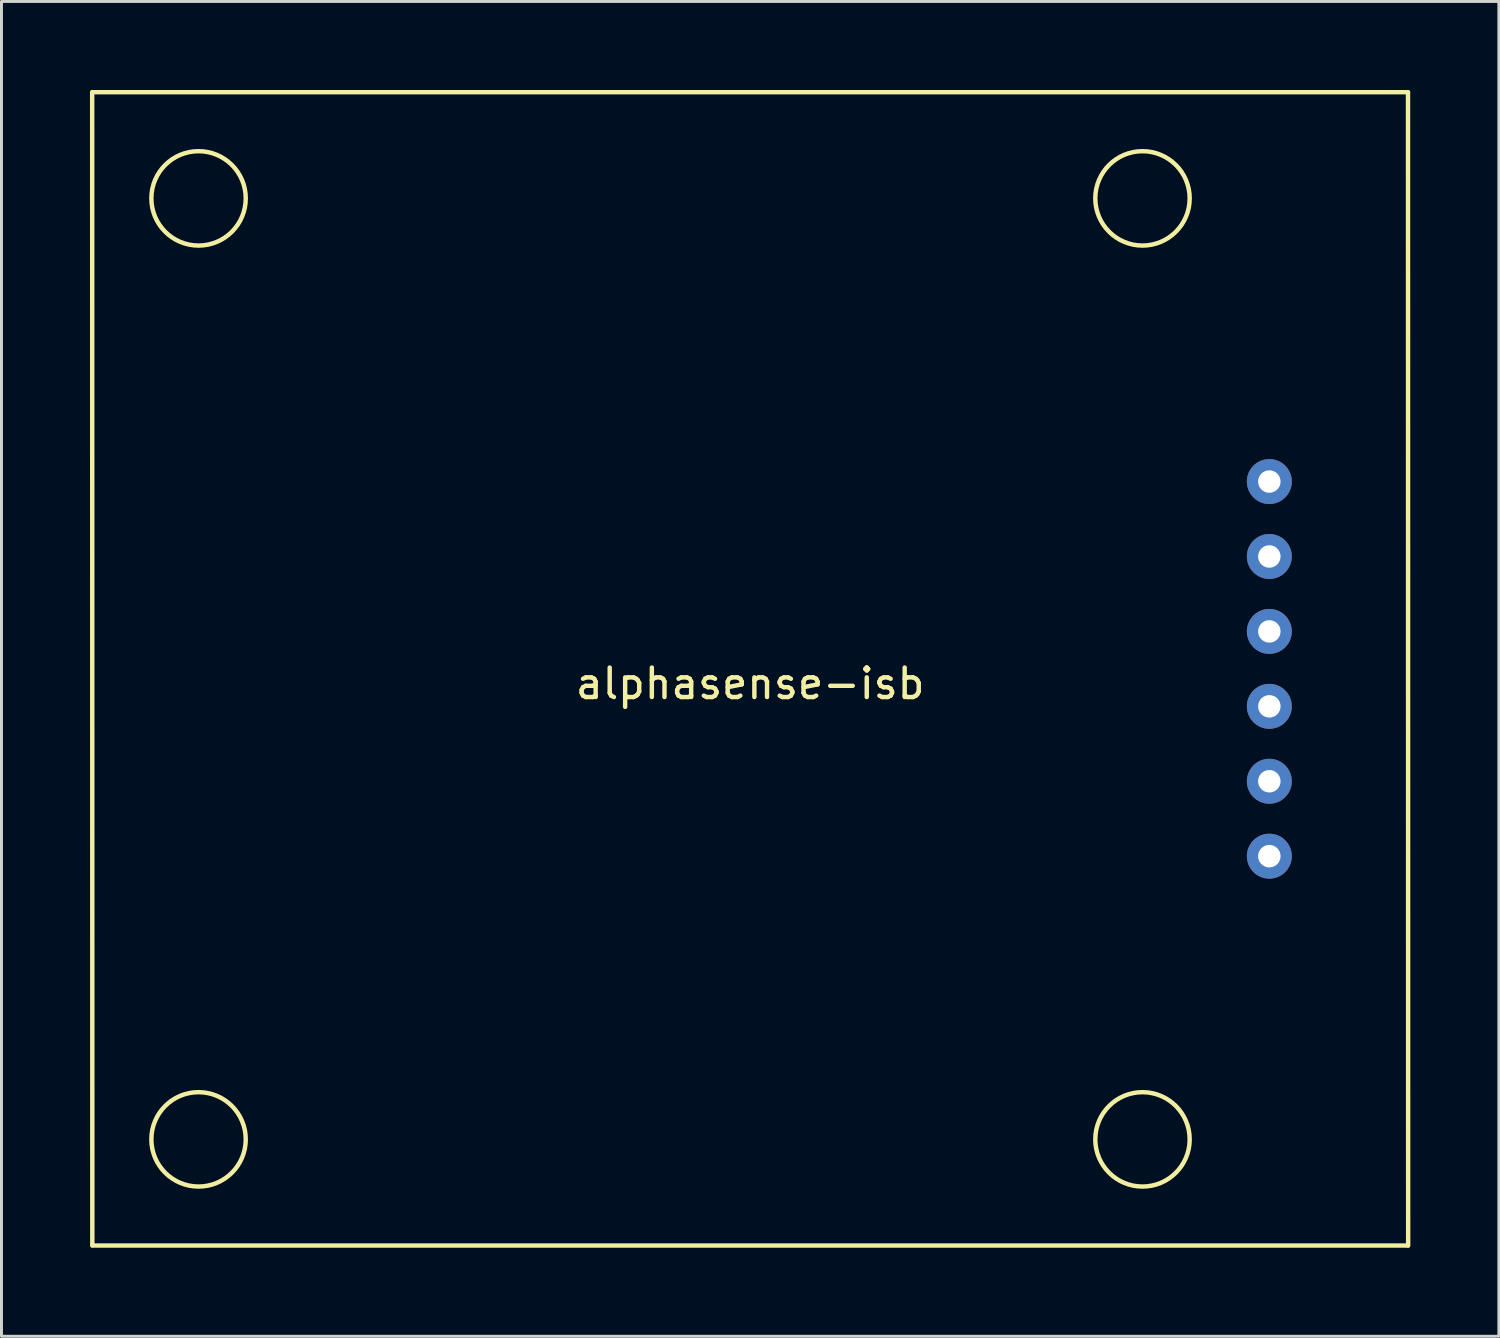
<source format=kicad_pcb>
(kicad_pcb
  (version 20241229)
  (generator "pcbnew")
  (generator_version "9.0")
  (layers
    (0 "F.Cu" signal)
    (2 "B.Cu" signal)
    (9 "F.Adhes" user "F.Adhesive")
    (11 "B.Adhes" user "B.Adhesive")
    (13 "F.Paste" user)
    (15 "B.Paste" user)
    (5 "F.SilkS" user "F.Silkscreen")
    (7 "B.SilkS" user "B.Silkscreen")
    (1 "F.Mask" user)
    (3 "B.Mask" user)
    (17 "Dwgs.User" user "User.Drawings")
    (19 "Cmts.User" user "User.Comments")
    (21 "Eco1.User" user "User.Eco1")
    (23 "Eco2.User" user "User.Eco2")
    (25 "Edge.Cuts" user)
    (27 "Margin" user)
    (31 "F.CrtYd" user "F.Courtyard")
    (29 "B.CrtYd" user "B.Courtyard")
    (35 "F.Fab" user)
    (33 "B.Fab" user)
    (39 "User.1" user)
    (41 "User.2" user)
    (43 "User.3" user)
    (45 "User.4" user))
  (footprint "alphasense-isb"
    (layer "F.Cu")
    (at 22.381 19.625)
    (property "Reference" "alphasense-isb" (at 0 0.5 0) (layer "F.SilkS") (effects (font (size 1 1) (thickness 0.15))))
    (attr through_hole)
    (fp_line (start -22.306 -19.548) (end -22.301 19.538) (stroke (width 0.15) (type solid)) (layer "F.SilkS"))
    (fp_line (start -22.3 -19.55) (end 22.3 -19.55) (stroke (width 0.15) (type solid)) (layer "F.SilkS"))
    (fp_line (start -22.3 19.55) (end 22.3 19.55) (stroke (width 0.15) (type solid)) (layer "F.SilkS"))
    (fp_line (start 22.306 19.548) (end 22.301 -19.548) (stroke (width 0.15) (type solid)) (layer "F.SilkS"))
    (fp_circle (center -18.7 -15.95) (end -17.1 -15.95) (stroke (width 0.15) (type solid)) (fill no) (layer "F.SilkS"))
    (fp_circle (center -18.7 15.95) (end -17.1 15.95) (stroke (width 0.15) (type solid)) (fill no) (layer "F.SilkS"))
    (fp_circle (center 13.3 -15.95) (end 14.9 -15.95) (stroke (width 0.15) (type solid)) (fill no) (layer "F.SilkS"))
    (fp_circle (center 13.3 15.95) (end 14.9 15.95) (stroke (width 0.15) (type solid)) (fill no) (layer "F.SilkS"))
    (pad "1" thru_hole circle (at 17.6 6.35) (size 1.524 1.524) (drill 0.762) (layers "*.Cu" "*.Mask"))
    (pad "2" thru_hole circle (at 17.6 3.81) (size 1.524 1.524) (drill 0.762) (layers "*.Cu" "*.Mask"))
    (pad "3" thru_hole circle (at 17.6 1.27) (size 1.524 1.524) (drill 0.762) (layers "*.Cu" "*.Mask"))
    (pad "4" thru_hole circle (at 17.6 -1.27) (size 1.524 1.524) (drill 0.762) (layers "*.Cu" "*.Mask"))
    (pad "5" thru_hole circle (at 17.6 -3.81) (size 1.524 1.524) (drill 0.762) (layers "*.Cu" "*.Mask"))
    (pad "6" thru_hole circle (at 17.6 -6.35) (size 1.524 1.524) (drill 0.762) (layers "*.Cu" "*.Mask")))
  (gr_rect
    (start -3 -3)
    (end 47.763 42.25)
    (stroke (width 0.1) (type default))
    (fill no)
    (layer "Edge.Cuts")))
</source>
